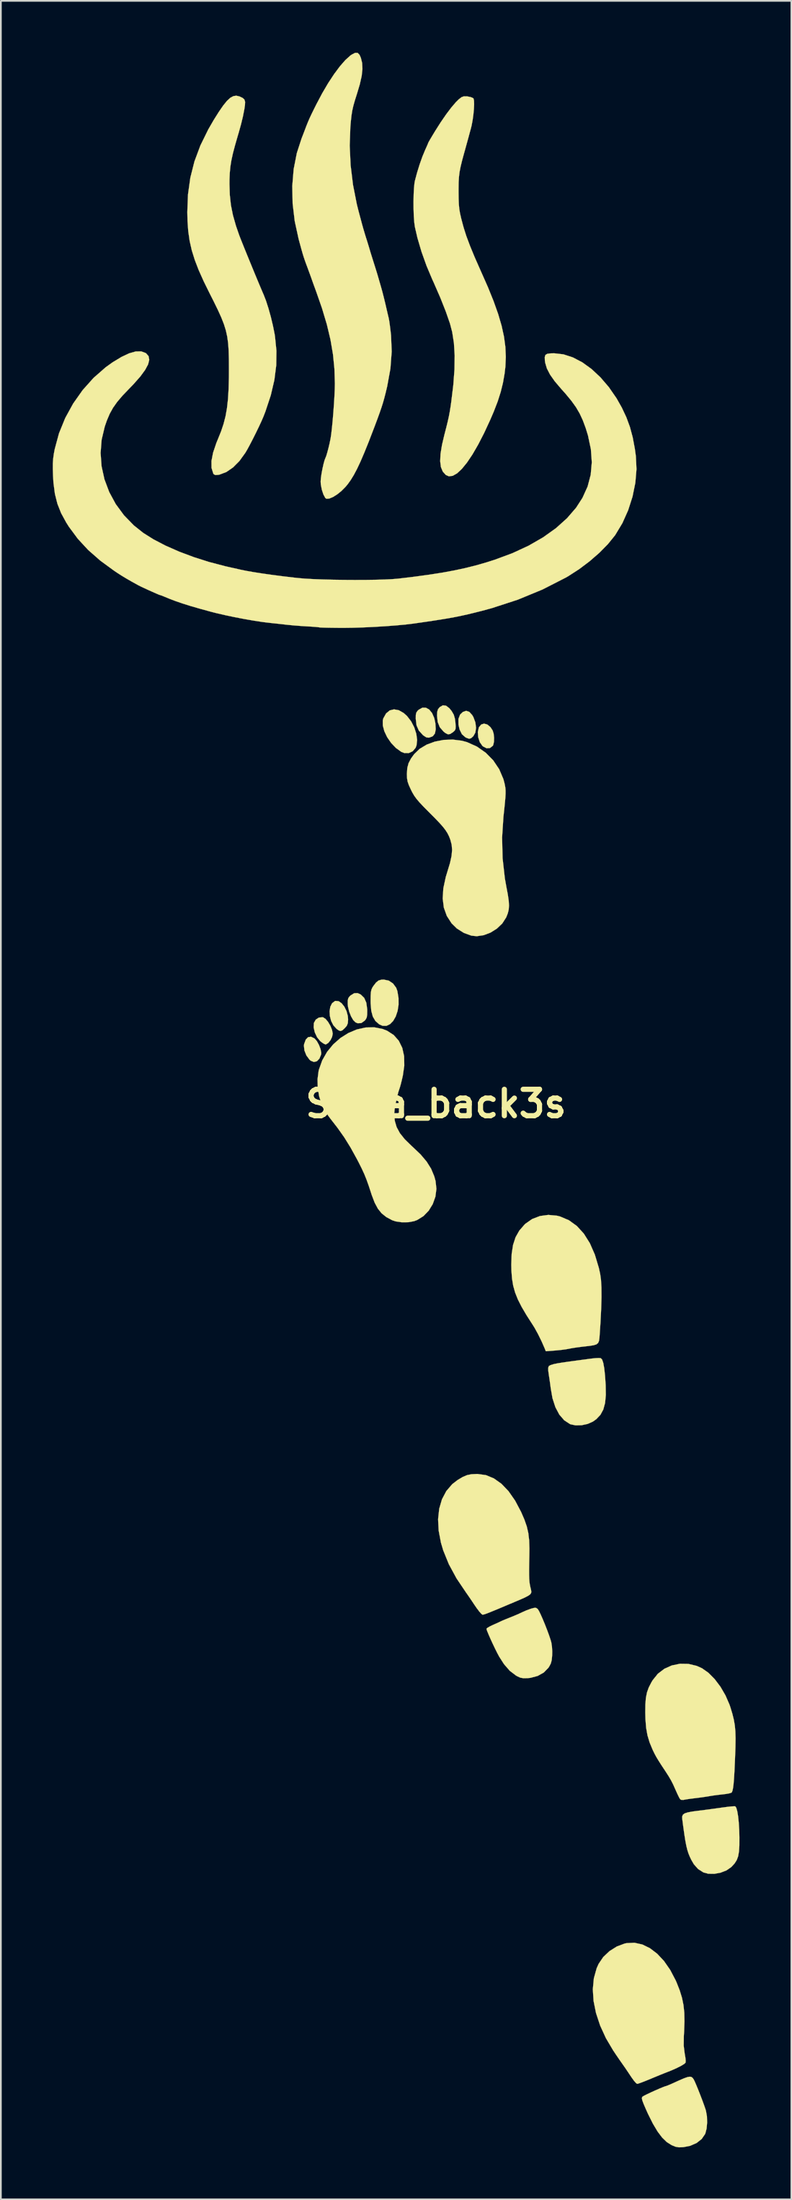
<source format=kicad_pcb>
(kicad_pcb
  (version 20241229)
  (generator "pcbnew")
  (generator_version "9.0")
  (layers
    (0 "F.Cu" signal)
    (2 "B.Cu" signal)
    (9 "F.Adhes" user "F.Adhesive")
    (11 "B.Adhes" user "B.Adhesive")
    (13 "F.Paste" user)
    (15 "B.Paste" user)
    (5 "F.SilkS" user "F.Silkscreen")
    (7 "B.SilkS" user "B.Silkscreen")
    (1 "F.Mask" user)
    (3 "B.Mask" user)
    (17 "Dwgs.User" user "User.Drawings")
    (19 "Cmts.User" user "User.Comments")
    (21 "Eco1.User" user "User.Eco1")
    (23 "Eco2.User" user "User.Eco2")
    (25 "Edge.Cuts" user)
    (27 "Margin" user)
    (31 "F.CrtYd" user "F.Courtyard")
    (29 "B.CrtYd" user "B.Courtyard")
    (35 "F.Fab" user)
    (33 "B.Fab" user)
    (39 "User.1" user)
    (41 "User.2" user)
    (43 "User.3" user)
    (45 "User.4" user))
  (footprint "Setta_back3s"
    (layer "F.Cu")
    (at 22.158 60.736)
    (property "Reference" "Setta_back3s" (at 0 0 0) (layer "F.SilkS") (effects (font (size 1.524 1.524) (thickness 0.3))))
    (attr through_hole)
    (fp_poly (pts (xy 1.927 -22.648) (xy 2.097 -22.462) (xy 2.168 -22.339) (xy 2.281 -22.032) (xy 2.318 -21.725) (xy 2.278 -21.45) (xy 2.164 -21.246) (xy 2.031 -21.125) (xy 1.916 -21.094) (xy 1.766 -21.147) (xy 1.699 -21.181) (xy 1.501 -21.356) (xy 1.365 -21.631) (xy 1.303 -21.908) (xy 1.299 -22.237) (xy 1.397 -22.491) (xy 1.556 -22.643) (xy 1.747 -22.709) (xy 1.927 -22.648)) (stroke (width 0.01) (type solid)) (fill yes) (layer "F.SilkS"))
    (fp_poly (pts (xy -7.026 -3.775) (xy -7.008 -3.761) (xy -6.881 -3.611) (xy -6.763 -3.396) (xy -6.674 -3.161) (xy -6.632 -2.952) (xy -6.637 -2.858) (xy -6.738 -2.608) (xy -6.883 -2.457) (xy -7.057 -2.415) (xy -7.24 -2.488) (xy -7.309 -2.546) (xy -7.492 -2.794) (xy -7.606 -3.081) (xy -7.635 -3.362) (xy -7.623 -3.448) (xy -7.529 -3.705) (xy -7.394 -3.847) (xy -7.223 -3.872) (xy -7.026 -3.775)) (stroke (width 0.01) (type solid)) (fill yes) (layer "F.SilkS"))
    (fp_poly (pts (xy 2.966 -21.918) (xy 3.145 -21.772) (xy 3.277 -21.577) (xy 3.335 -21.392) (xy 3.361 -21.156) (xy 3.355 -20.921) (xy 3.314 -20.736) (xy 3.286 -20.685) (xy 3.122 -20.556) (xy 2.928 -20.545) (xy 2.724 -20.65) (xy 2.684 -20.685) (xy 2.534 -20.9) (xy 2.444 -21.181) (xy 2.422 -21.478) (xy 2.478 -21.74) (xy 2.486 -21.758) (xy 2.615 -21.916) (xy 2.782 -21.968) (xy 2.966 -21.918)) (stroke (width 0.01) (type solid)) (fill yes) (layer "F.SilkS"))
    (fp_poly (pts (xy -5.63 -5.928) (xy -5.455 -5.809) (xy -5.298 -5.611) (xy -5.172 -5.357) (xy -5.096 -5.071) (xy -5.08 -4.873) (xy -5.095 -4.658) (xy -5.155 -4.507) (xy -5.266 -4.377) (xy -5.412 -4.244) (xy -5.52 -4.202) (xy -5.636 -4.248) (xy -5.746 -4.329) (xy -5.93 -4.53) (xy -6.06 -4.785) (xy -6.133 -5.067) (xy -6.15 -5.348) (xy -6.109 -5.604) (xy -6.009 -5.806) (xy -5.85 -5.93) (xy -5.806 -5.944) (xy -5.63 -5.928)) (stroke (width 0.01) (type solid)) (fill yes) (layer "F.SilkS"))
    (fp_poly (pts (xy -0.579 -22.886) (xy -0.387 -22.778) (xy -0.223 -22.575) (xy -0.098 -22.288) (xy -0.034 -21.989) (xy -0.012 -21.646) (xy -0.057 -21.403) (xy -0.17 -21.252) (xy -0.228 -21.218) (xy -0.408 -21.156) (xy -0.553 -21.172) (xy -0.714 -21.275) (xy -0.759 -21.312) (xy -0.989 -21.565) (xy -1.122 -21.867) (xy -1.168 -22.245) (xy -1.168 -22.245) (xy -1.165 -22.464) (xy -1.137 -22.602) (xy -1.067 -22.704) (xy -0.991 -22.775) (xy -0.784 -22.888) (xy -0.579 -22.886)) (stroke (width 0.01) (type solid)) (fill yes) (layer "F.SilkS"))
    (fp_poly (pts (xy -6.525 -4.994) (xy -6.386 -4.907) (xy -6.239 -4.732) (xy -6.106 -4.507) (xy -6.009 -4.269) (xy -5.969 -4.055) (xy -5.969 -4.045) (xy -6.006 -3.861) (xy -6.1 -3.672) (xy -6.225 -3.516) (xy -6.353 -3.434) (xy -6.385 -3.429) (xy -6.483 -3.468) (xy -6.627 -3.568) (xy -6.694 -3.623) (xy -6.872 -3.841) (xy -7.003 -4.119) (xy -7.071 -4.409) (xy -7.059 -4.665) (xy -7.058 -4.67) (xy -6.949 -4.863) (xy -6.767 -4.981) (xy -6.553 -5) (xy -6.525 -4.994)) (stroke (width 0.01) (type solid)) (fill yes) (layer "F.SilkS"))
    (fp_poly (pts (xy -4.344 -6.309) (xy -4.148 -6.117) (xy -4.027 -5.84) (xy -3.976 -5.468) (xy -3.974 -5.387) (xy -3.978 -5.145) (xy -4.003 -4.987) (xy -4.061 -4.873) (xy -4.123 -4.8) (xy -4.317 -4.663) (xy -4.525 -4.652) (xy -4.652 -4.705) (xy -4.784 -4.836) (xy -4.91 -5.055) (xy -5.016 -5.324) (xy -5.084 -5.602) (xy -5.1 -5.758) (xy -5.099 -5.97) (xy -5.069 -6.103) (xy -4.993 -6.206) (xy -4.934 -6.26) (xy -4.728 -6.388) (xy -4.53 -6.396) (xy -4.344 -6.309)) (stroke (width 0.01) (type solid)) (fill yes) (layer "F.SilkS"))
    (fp_poly (pts (xy -2.149 -22.742) (xy -1.862 -22.578) (xy -1.671 -22.405) (xy -1.434 -22.098) (xy -1.253 -21.746) (xy -1.136 -21.378) (xy -1.089 -21.023) (xy -1.123 -20.711) (xy -1.175 -20.573) (xy -1.344 -20.371) (xy -1.572 -20.266) (xy -1.827 -20.267) (xy -2.008 -20.338) (xy -2.318 -20.564) (xy -2.593 -20.853) (xy -2.819 -21.181) (xy -2.983 -21.524) (xy -3.072 -21.857) (xy -3.074 -22.156) (xy -3.043 -22.272) (xy -2.884 -22.556) (xy -2.674 -22.73) (xy -2.424 -22.793) (xy -2.149 -22.742)) (stroke (width 0.01) (type solid)) (fill yes) (layer "F.SilkS"))
    (fp_poly (pts (xy 0.586 -23.003) (xy 0.779 -22.854) (xy 0.909 -22.692) (xy 1.03 -22.483) (xy 1.097 -22.252) (xy 1.126 -22.021) (xy 1.14 -21.796) (xy 1.131 -21.658) (xy 1.088 -21.569) (xy 1.001 -21.487) (xy 0.984 -21.474) (xy 0.823 -21.368) (xy 0.692 -21.35) (xy 0.546 -21.424) (xy 0.441 -21.508) (xy 0.223 -21.757) (xy 0.1 -22.067) (xy 0.064 -22.434) (xy 0.075 -22.655) (xy 0.12 -22.8) (xy 0.215 -22.917) (xy 0.223 -22.924) (xy 0.401 -23.026) (xy 0.586 -23.003)) (stroke (width 0.01) (type solid)) (fill yes) (layer "F.SilkS"))
    (fp_poly (pts (xy -2.731 -7.116) (xy -2.483 -6.951) (xy -2.3 -6.703) (xy -2.231 -6.514) (xy -2.164 -6.111) (xy -2.162 -5.722) (xy -2.218 -5.363) (xy -2.324 -5.047) (xy -2.471 -4.789) (xy -2.653 -4.603) (xy -2.86 -4.503) (xy -3.087 -4.504) (xy -3.287 -4.594) (xy -3.501 -4.784) (xy -3.65 -5.036) (xy -3.739 -5.368) (xy -3.776 -5.796) (xy -3.778 -5.937) (xy -3.775 -6.238) (xy -3.762 -6.445) (xy -3.732 -6.591) (xy -3.681 -6.708) (xy -3.626 -6.795) (xy -3.467 -7.002) (xy -3.326 -7.118) (xy -3.164 -7.168) (xy -3.019 -7.176) (xy -2.731 -7.116)) (stroke (width 0.01) (type solid)) (fill yes) (layer "F.SilkS"))
    (fp_poly (pts (xy 9.531 14.702) (xy 9.531 14.702) (xy 9.609 14.783) (xy 9.675 14.977) (xy 9.731 15.286) (xy 9.777 15.715) (xy 9.814 16.263) (xy 9.823 16.83) (xy 9.779 17.295) (xy 9.676 17.672) (xy 9.511 17.976) (xy 9.277 18.224) (xy 9.076 18.367) (xy 8.773 18.502) (xy 8.425 18.577) (xy 8.079 18.585) (xy 7.782 18.523) (xy 7.747 18.508) (xy 7.415 18.29) (xy 7.133 17.962) (xy 6.906 17.534) (xy 6.738 17.015) (xy 6.639 16.447) (xy 6.605 16.187) (xy 6.561 15.881) (xy 6.528 15.671) (xy 6.493 15.415) (xy 6.493 15.253) (xy 6.528 15.161) (xy 6.531 15.156) (xy 6.627 15.103) (xy 6.811 15.046) (xy 7.045 14.998) (xy 7.065 14.995) (xy 7.252 14.965) (xy 7.442 14.937) (xy 7.658 14.906) (xy 7.92 14.87) (xy 8.251 14.825) (xy 8.673 14.769) (xy 8.983 14.727) (xy 9.22 14.702) (xy 9.417 14.693) (xy 9.531 14.702)) (stroke (width 0.01) (type solid)) (fill yes) (layer "F.SilkS"))
    (fp_poly (pts (xy 17.304 40.6) (xy 17.366 40.685) (xy 17.422 40.88) (xy 17.471 41.169) (xy 17.509 41.535) (xy 17.535 41.962) (xy 17.547 42.395) (xy 17.545 42.852) (xy 17.523 43.207) (xy 17.475 43.484) (xy 17.394 43.705) (xy 17.274 43.896) (xy 17.107 44.08) (xy 17.071 44.115) (xy 16.8 44.303) (xy 16.462 44.434) (xy 16.098 44.502) (xy 15.748 44.497) (xy 15.462 44.419) (xy 15.157 44.224) (xy 14.912 43.947) (xy 14.765 43.694) (xy 14.675 43.506) (xy 14.6 43.32) (xy 14.536 43.119) (xy 14.478 42.882) (xy 14.422 42.592) (xy 14.365 42.229) (xy 14.301 41.773) (xy 14.242 41.328) (xy 14.238 41.191) (xy 14.279 41.088) (xy 14.38 41.011) (xy 14.56 40.952) (xy 14.834 40.901) (xy 15.176 40.856) (xy 15.548 40.809) (xy 15.974 40.753) (xy 16.385 40.696) (xy 16.539 40.674) (xy 16.826 40.636) (xy 17.069 40.609) (xy 17.239 40.597) (xy 17.304 40.6)) (stroke (width 0.01) (type solid)) (fill yes) (layer "F.SilkS"))
    (fp_poly (pts (xy 14.777 56.244) (xy 14.848 56.302) (xy 14.904 56.383) (xy 14.963 56.5) (xy 15.053 56.708) (xy 15.164 56.978) (xy 15.283 57.28) (xy 15.4 57.586) (xy 15.503 57.867) (xy 15.581 58.093) (xy 15.613 58.198) (xy 15.67 58.52) (xy 15.681 58.878) (xy 15.65 59.223) (xy 15.577 59.505) (xy 15.564 59.538) (xy 15.365 59.827) (xy 15.069 60.059) (xy 14.697 60.221) (xy 14.305 60.297) (xy 14.053 60.308) (xy 13.851 60.273) (xy 13.627 60.18) (xy 13.621 60.177) (xy 13.345 60.002) (xy 13.079 59.744) (xy 12.814 59.392) (xy 12.544 58.939) (xy 12.262 58.375) (xy 12.124 58.068) (xy 12.004 57.787) (xy 11.934 57.599) (xy 11.908 57.48) (xy 11.921 57.409) (xy 11.945 57.379) (xy 12.031 57.327) (xy 12.201 57.241) (xy 12.425 57.135) (xy 12.673 57.023) (xy 12.915 56.917) (xy 13.122 56.831) (xy 13.262 56.779) (xy 13.302 56.769) (xy 13.377 56.744) (xy 13.531 56.68) (xy 13.704 56.603) (xy 14.075 56.434) (xy 14.35 56.317) (xy 14.547 56.248) (xy 14.683 56.225) (xy 14.777 56.244)) (stroke (width 0.01) (type solid)) (fill yes) (layer "F.SilkS"))
    (fp_poly (pts (xy 5.791 29.133) (xy 5.872 29.189) (xy 5.893 29.211) (xy 5.96 29.318) (xy 6.058 29.519) (xy 6.176 29.786) (xy 6.303 30.092) (xy 6.427 30.41) (xy 6.539 30.714) (xy 6.627 30.977) (xy 6.671 31.13) (xy 6.706 31.356) (xy 6.724 31.64) (xy 6.72 31.873) (xy 6.695 32.145) (xy 6.644 32.343) (xy 6.551 32.521) (xy 6.506 32.589) (xy 6.238 32.866) (xy 5.884 33.065) (xy 5.463 33.177) (xy 5.302 33.193) (xy 5.06 33.198) (xy 4.879 33.166) (xy 4.696 33.082) (xy 4.622 33.039) (xy 4.265 32.766) (xy 3.933 32.382) (xy 3.653 31.944) (xy 3.543 31.738) (xy 3.415 31.481) (xy 3.281 31.2) (xy 3.152 30.92) (xy 3.042 30.668) (xy 2.961 30.471) (xy 2.923 30.355) (xy 2.921 30.341) (xy 2.975 30.287) (xy 3.115 30.205) (xy 3.286 30.123) (xy 3.496 30.03) (xy 3.668 29.951) (xy 3.751 29.911) (xy 3.857 29.863) (xy 4.043 29.785) (xy 4.271 29.694) (xy 4.291 29.686) (xy 4.552 29.58) (xy 4.804 29.471) (xy 4.985 29.386) (xy 5.221 29.281) (xy 5.473 29.188) (xy 5.511 29.176) (xy 5.687 29.13) (xy 5.791 29.133)) (stroke (width 0.01) (type solid)) (fill yes) (layer "F.SilkS"))
    (fp_poly (pts (xy 6.997 6.469) (xy 7.175 6.514) (xy 7.689 6.732) (xy 8.148 7.064) (xy 8.552 7.507) (xy 8.9 8.06) (xy 9.189 8.72) (xy 9.419 9.486) (xy 9.497 9.841) (xy 9.544 10.178) (xy 9.569 10.62) (xy 9.573 11.173) (xy 9.554 11.839) (xy 9.515 12.623) (xy 9.472 13.267) (xy 9.454 13.521) (xy 9.429 13.702) (xy 9.376 13.825) (xy 9.278 13.905) (xy 9.113 13.956) (xy 8.864 13.995) (xy 8.509 14.035) (xy 8.477 14.039) (xy 8.191 14.075) (xy 7.926 14.114) (xy 7.728 14.15) (xy 7.684 14.16) (xy 7.516 14.19) (xy 7.268 14.223) (xy 6.986 14.252) (xy 6.908 14.259) (xy 6.354 14.302) (xy 6.28 14.12) (xy 6.104 13.719) (xy 5.905 13.314) (xy 5.705 12.951) (xy 5.592 12.77) (xy 5.236 12.216) (xy 4.953 11.735) (xy 4.736 11.307) (xy 4.577 10.907) (xy 4.467 10.513) (xy 4.399 10.103) (xy 4.365 9.654) (xy 4.357 9.303) (xy 4.378 8.681) (xy 4.459 8.157) (xy 4.604 7.712) (xy 4.821 7.329) (xy 5.116 6.989) (xy 5.177 6.931) (xy 5.566 6.659) (xy 6.015 6.488) (xy 6.499 6.423) (xy 6.997 6.469)) (stroke (width 0.01) (type solid)) (fill yes) (layer "F.SilkS"))
    (fp_poly (pts (xy 11.929 48.585) (xy 12.37 48.798) (xy 12.792 49.119) (xy 13.187 49.541) (xy 13.547 50.059) (xy 13.864 50.664) (xy 13.923 50.8) (xy 14.099 51.249) (xy 14.227 51.668) (xy 14.313 52.086) (xy 14.36 52.531) (xy 14.37 53.033) (xy 14.35 53.618) (xy 14.333 53.885) (xy 14.327 54.44) (xy 14.383 54.888) (xy 14.423 55.118) (xy 14.441 55.307) (xy 14.434 55.413) (xy 14.357 55.488) (xy 14.182 55.595) (xy 13.935 55.72) (xy 13.636 55.854) (xy 13.335 55.974) (xy 13.187 56.032) (xy 12.956 56.125) (xy 12.674 56.241) (xy 12.414 56.349) (xy 12.135 56.463) (xy 11.894 56.557) (xy 11.719 56.619) (xy 11.636 56.641) (xy 11.566 56.592) (xy 11.451 56.46) (xy 11.314 56.271) (xy 11.275 56.213) (xy 11.103 55.955) (xy 10.921 55.687) (xy 10.768 55.469) (xy 10.767 55.467) (xy 10.614 55.25) (xy 10.432 54.984) (xy 10.258 54.724) (xy 10.253 54.718) (xy 9.827 53.997) (xy 9.494 53.27) (xy 9.256 52.549) (xy 9.114 51.846) (xy 9.072 51.172) (xy 9.131 50.539) (xy 9.293 49.959) (xy 9.407 49.704) (xy 9.674 49.309) (xy 10.035 48.968) (xy 10.459 48.701) (xy 10.915 48.531) (xy 11.023 48.508) (xy 11.477 48.486) (xy 11.929 48.585)) (stroke (width 0.01) (type solid)) (fill yes) (layer "F.SilkS"))
    (fp_poly (pts (xy 2.409 21.395) (xy 2.89 21.461) (xy 3.35 21.651) (xy 3.786 21.961) (xy 4.196 22.389) (xy 4.576 22.933) (xy 4.924 23.59) (xy 5.114 24.029) (xy 5.251 24.423) (xy 5.34 24.808) (xy 5.389 25.222) (xy 5.404 25.699) (xy 5.4 26.067) (xy 5.39 26.555) (xy 5.385 26.936) (xy 5.386 27.231) (xy 5.393 27.458) (xy 5.407 27.639) (xy 5.43 27.793) (xy 5.461 27.94) (xy 5.464 27.952) (xy 5.496 28.082) (xy 5.514 28.184) (xy 5.505 28.268) (xy 5.455 28.344) (xy 5.353 28.422) (xy 5.185 28.512) (xy 4.938 28.625) (xy 4.6 28.769) (xy 4.191 28.941) (xy 3.741 29.131) (xy 3.393 29.275) (xy 3.134 29.381) (xy 2.948 29.454) (xy 2.822 29.499) (xy 2.742 29.521) (xy 2.695 29.527) (xy 2.624 29.477) (xy 2.504 29.342) (xy 2.355 29.145) (xy 2.239 28.977) (xy 2.071 28.725) (xy 1.915 28.496) (xy 1.794 28.321) (xy 1.746 28.254) (xy 1.191 27.43) (xy 0.747 26.612) (xy 0.421 25.81) (xy 0.29 25.368) (xy 0.157 24.667) (xy 0.124 24.01) (xy 0.189 23.403) (xy 0.348 22.858) (xy 0.6 22.381) (xy 0.942 21.983) (xy 1.257 21.74) (xy 1.551 21.566) (xy 1.802 21.46) (xy 2.058 21.409) (xy 2.373 21.395) (xy 2.409 21.395)) (stroke (width 0.01) (type solid)) (fill yes) (layer "F.SilkS"))
    (fp_poly (pts (xy 14.597 32.37) (xy 15.079 32.485) (xy 15.385 32.623) (xy 15.754 32.883) (xy 16.115 33.246) (xy 16.45 33.689) (xy 16.741 34.189) (xy 16.973 34.721) (xy 17.021 34.861) (xy 17.138 35.246) (xy 17.223 35.589) (xy 17.281 35.92) (xy 17.313 36.269) (xy 17.325 36.669) (xy 17.318 37.149) (xy 17.309 37.427) (xy 17.284 38.064) (xy 17.26 38.583) (xy 17.235 38.996) (xy 17.209 39.313) (xy 17.179 39.544) (xy 17.147 39.698) (xy 17.109 39.787) (xy 17.084 39.813) (xy 16.974 39.849) (xy 16.782 39.885) (xy 16.576 39.91) (xy 16.294 39.942) (xy 16.008 39.981) (xy 15.843 40.008) (xy 15.624 40.044) (xy 15.335 40.086) (xy 15.034 40.124) (xy 14.986 40.13) (xy 14.722 40.163) (xy 14.493 40.196) (xy 14.34 40.224) (xy 14.315 40.23) (xy 14.177 40.226) (xy 14.116 40.184) (xy 14.06 40.088) (xy 13.973 39.91) (xy 13.87 39.683) (xy 13.844 39.624) (xy 13.715 39.335) (xy 13.59 39.091) (xy 13.443 38.842) (xy 13.25 38.544) (xy 13.031 38.214) (xy 12.869 37.959) (xy 12.745 37.754) (xy 12.645 37.569) (xy 12.551 37.377) (xy 12.529 37.331) (xy 12.355 36.911) (xy 12.232 36.501) (xy 12.154 36.064) (xy 12.114 35.562) (xy 12.104 35.179) (xy 12.11 34.71) (xy 12.14 34.335) (xy 12.202 34.021) (xy 12.304 33.734) (xy 12.453 33.444) (xy 12.529 33.316) (xy 12.831 32.94) (xy 13.209 32.652) (xy 13.642 32.458) (xy 14.112 32.362) (xy 14.597 32.37)) (stroke (width 0.01) (type solid)) (fill yes) (layer "F.SilkS"))
    (fp_poly (pts (xy 1.497 -20.98) (xy 1.795 -20.899) (xy 2.369 -20.641) (xy 2.879 -20.285) (xy 3.313 -19.844) (xy 3.657 -19.333) (xy 3.898 -18.767) (xy 3.959 -18.542) (xy 3.992 -18.389) (xy 4.015 -18.248) (xy 4.026 -18.1) (xy 4.026 -17.925) (xy 4.014 -17.702) (xy 3.989 -17.411) (xy 3.951 -17.034) (xy 3.901 -16.573) (xy 3.825 -15.387) (xy 3.853 -14.193) (xy 3.984 -13.026) (xy 4.069 -12.55) (xy 4.155 -12.096) (xy 4.207 -11.74) (xy 4.224 -11.456) (xy 4.207 -11.219) (xy 4.155 -11.005) (xy 4.069 -10.788) (xy 4.057 -10.762) (xy 3.834 -10.417) (xy 3.525 -10.123) (xy 3.159 -9.893) (xy 2.762 -9.742) (xy 2.362 -9.683) (xy 2.05 -9.715) (xy 1.613 -9.874) (xy 1.21 -10.128) (xy 0.904 -10.428) (xy 0.628 -10.856) (xy 0.457 -11.332) (xy 0.391 -11.862) (xy 0.428 -12.453) (xy 0.569 -13.109) (xy 0.667 -13.43) (xy 0.815 -13.92) (xy 0.903 -14.324) (xy 0.934 -14.665) (xy 0.91 -14.968) (xy 0.834 -15.255) (xy 0.758 -15.453) (xy 0.668 -15.633) (xy 0.552 -15.815) (xy 0.396 -16.015) (xy 0.186 -16.25) (xy -0.091 -16.538) (xy -0.423 -16.871) (xy -0.727 -17.178) (xy -0.956 -17.421) (xy -1.126 -17.623) (xy -1.258 -17.806) (xy -1.368 -17.994) (xy -1.442 -18.141) (xy -1.565 -18.408) (xy -1.637 -18.614) (xy -1.671 -18.808) (xy -1.679 -19.04) (xy -1.679 -19.082) (xy -1.656 -19.41) (xy -1.583 -19.684) (xy -1.443 -19.951) (xy -1.259 -20.205) (xy -0.943 -20.511) (xy -0.537 -20.754) (xy -0.066 -20.927) (xy 0.446 -21.027) (xy 0.975 -21.046) (xy 1.497 -20.98)) (stroke (width 0.01) (type solid)) (fill yes) (layer "F.SilkS"))
    (fp_poly (pts (xy -3.079 -4.32) (xy -2.828 -4.221) (xy -2.445 -3.974) (xy -2.15 -3.641) (xy -1.948 -3.23) (xy -1.841 -2.749) (xy -1.831 -2.205) (xy -1.912 -1.641) (xy -1.973 -1.371) (xy -2.033 -1.131) (xy -2.081 -0.961) (xy -2.093 -0.927) (xy -2.178 -0.665) (xy -2.261 -0.342) (xy -2.334 -0.001) (xy -2.387 0.314) (xy -2.412 0.56) (xy -2.412 0.596) (xy -2.379 0.99) (xy -2.273 1.351) (xy -2.085 1.699) (xy -1.802 2.053) (xy -1.414 2.432) (xy -1.349 2.49) (xy -0.892 2.925) (xy -0.541 3.339) (xy -0.281 3.753) (xy -0.099 4.188) (xy -0.022 4.466) (xy 0.026 4.919) (xy -0.032 5.369) (xy -0.184 5.796) (xy -0.418 6.177) (xy -0.722 6.492) (xy -1.086 6.718) (xy -1.268 6.786) (xy -1.606 6.847) (xy -1.978 6.85) (xy -2.328 6.798) (xy -2.529 6.731) (xy -2.867 6.55) (xy -3.137 6.336) (xy -3.356 6.066) (xy -3.543 5.717) (xy -3.714 5.269) (xy -3.744 5.175) (xy -3.888 4.737) (xy -4.016 4.379) (xy -4.144 4.062) (xy -4.291 3.743) (xy -4.473 3.381) (xy -4.568 3.199) (xy -4.938 2.528) (xy -5.304 1.938) (xy -5.692 1.39) (xy -5.92 1.096) (xy -6.08 0.891) (xy -6.205 0.724) (xy -6.276 0.62) (xy -6.287 0.598) (xy -6.32 0.525) (xy -6.402 0.397) (xy -6.42 0.372) (xy -6.617 0.006) (xy -6.757 -0.44) (xy -6.835 -0.93) (xy -6.846 -1.429) (xy -6.784 -1.901) (xy -6.768 -1.968) (xy -6.574 -2.51) (xy -6.293 -3.002) (xy -5.938 -3.434) (xy -5.524 -3.799) (xy -5.065 -4.088) (xy -4.577 -4.293) (xy -4.074 -4.406) (xy -3.57 -4.418) (xy -3.079 -4.32)) (stroke (width 0.01) (type solid)) (fill yes) (layer "F.SilkS"))
    (fp_poly (pts (xy -11.37 -58.216) (xy -11.351 -58.208) (xy -11.177 -58.125) (xy -11.076 -58.032) (xy -11.035 -57.9) (xy -11.045 -57.699) (xy -11.081 -57.466) (xy -11.161 -57.057) (xy -11.266 -56.622) (xy -11.405 -56.121) (xy -11.458 -55.944) (xy -11.618 -55.389) (xy -11.74 -54.926) (xy -11.828 -54.525) (xy -11.887 -54.157) (xy -11.922 -53.794) (xy -11.938 -53.408) (xy -11.94 -53.15) (xy -11.92 -52.52) (xy -11.856 -51.935) (xy -11.74 -51.354) (xy -11.565 -50.738) (xy -11.378 -50.197) (xy -11.311 -50.023) (xy -11.204 -49.755) (xy -11.067 -49.413) (xy -10.907 -49.02) (xy -10.734 -48.599) (xy -10.558 -48.17) (xy -10.387 -47.757) (xy -10.23 -47.381) (xy -10.096 -47.064) (xy -9.995 -46.828) (xy -9.968 -46.768) (xy -9.829 -46.412) (xy -9.686 -45.968) (xy -9.548 -45.473) (xy -9.426 -44.964) (xy -9.329 -44.479) (xy -9.308 -44.347) (xy -9.224 -43.514) (xy -9.235 -42.68) (xy -9.343 -41.828) (xy -9.55 -40.943) (xy -9.86 -40.008) (xy -9.972 -39.719) (xy -10.078 -39.472) (xy -10.226 -39.152) (xy -10.401 -38.791) (xy -10.585 -38.423) (xy -10.763 -38.079) (xy -10.919 -37.792) (xy -11.018 -37.624) (xy -11.36 -37.149) (xy -11.731 -36.775) (xy -12.119 -36.508) (xy -12.515 -36.358) (xy -12.592 -36.344) (xy -12.758 -36.334) (xy -12.849 -36.383) (xy -12.877 -36.426) (xy -12.977 -36.747) (xy -12.98 -37.148) (xy -12.886 -37.629) (xy -12.696 -38.192) (xy -12.603 -38.417) (xy -12.423 -38.863) (xy -12.279 -39.295) (xy -12.166 -39.734) (xy -12.083 -40.201) (xy -12.025 -40.718) (xy -11.989 -41.306) (xy -11.972 -41.986) (xy -11.97 -42.45) (xy -11.973 -43.032) (xy -11.986 -43.523) (xy -12.016 -43.948) (xy -12.068 -44.329) (xy -12.147 -44.689) (xy -12.26 -45.052) (xy -12.412 -45.44) (xy -12.61 -45.877) (xy -12.859 -46.386) (xy -13.069 -46.8) (xy -13.428 -47.528) (xy -13.719 -48.177) (xy -13.947 -48.769) (xy -14.12 -49.326) (xy -14.243 -49.871) (xy -14.323 -50.427) (xy -14.365 -51.016) (xy -14.377 -51.53) (xy -14.337 -52.552) (xy -14.201 -53.521) (xy -13.964 -54.458) (xy -13.62 -55.381) (xy -13.163 -56.311) (xy -12.853 -56.847) (xy -12.556 -57.32) (xy -12.303 -57.687) (xy -12.085 -57.955) (xy -11.892 -58.134) (xy -11.714 -58.231) (xy -11.544 -58.256) (xy -11.37 -58.216)) (stroke (width 0.01) (type solid)) (fill yes) (layer "F.SilkS"))
    (fp_poly (pts (xy 1.792 -58.216) (xy 1.828 -58.212) (xy 2.013 -58.174) (xy 2.145 -58.117) (xy 2.171 -58.094) (xy 2.2 -57.977) (xy 2.207 -57.764) (xy 2.195 -57.486) (xy 2.165 -57.171) (xy 2.121 -56.848) (xy 2.065 -56.547) (xy 2.027 -56.388) (xy 1.956 -56.13) (xy 1.893 -55.895) (xy 1.848 -55.731) (xy 1.845 -55.721) (xy 1.805 -55.575) (xy 1.742 -55.346) (xy 1.667 -55.075) (xy 1.634 -54.959) (xy 1.513 -54.516) (xy 1.426 -54.158) (xy 1.366 -53.85) (xy 1.33 -53.557) (xy 1.312 -53.243) (xy 1.307 -52.872) (xy 1.307 -52.673) (xy 1.312 -52.288) (xy 1.324 -51.981) (xy 1.349 -51.715) (xy 1.393 -51.454) (xy 1.46 -51.161) (xy 1.556 -50.798) (xy 1.609 -50.609) (xy 1.756 -50.148) (xy 1.966 -49.586) (xy 2.237 -48.929) (xy 2.565 -48.186) (xy 2.603 -48.101) (xy 3.004 -47.195) (xy 3.334 -46.379) (xy 3.597 -45.639) (xy 3.796 -44.961) (xy 3.934 -44.331) (xy 4.014 -43.737) (xy 4.04 -43.163) (xy 4.015 -42.597) (xy 3.968 -42.196) (xy 3.874 -41.658) (xy 3.744 -41.132) (xy 3.57 -40.587) (xy 3.34 -39.992) (xy 3.141 -39.529) (xy 2.787 -38.765) (xy 2.442 -38.095) (xy 2.111 -37.523) (xy 1.795 -37.053) (xy 1.498 -36.689) (xy 1.222 -36.432) (xy 0.971 -36.289) (xy 0.747 -36.261) (xy 0.569 -36.34) (xy 0.396 -36.532) (xy 0.288 -36.793) (xy 0.245 -37.131) (xy 0.265 -37.553) (xy 0.349 -38.07) (xy 0.485 -38.648) (xy 0.596 -39.076) (xy 0.68 -39.418) (xy 0.745 -39.708) (xy 0.797 -39.983) (xy 0.845 -40.279) (xy 0.883 -40.545) (xy 1.005 -41.546) (xy 1.072 -42.442) (xy 1.083 -43.243) (xy 1.04 -43.957) (xy 0.941 -44.595) (xy 0.813 -45.085) (xy 0.567 -45.791) (xy 0.251 -46.587) (xy -0.139 -47.48) (xy -0.22 -47.657) (xy -0.545 -48.428) (xy -0.834 -49.236) (xy -1.069 -50.034) (xy -1.217 -50.673) (xy -1.254 -50.942) (xy -1.28 -51.295) (xy -1.294 -51.7) (xy -1.297 -52.127) (xy -1.289 -52.542) (xy -1.27 -52.914) (xy -1.24 -53.211) (xy -1.216 -53.34) (xy -1.092 -53.805) (xy -0.943 -54.286) (xy -0.784 -54.735) (xy -0.63 -55.106) (xy -0.63 -55.107) (xy -0.538 -55.31) (xy -0.471 -55.463) (xy -0.445 -55.534) (xy -0.445 -55.535) (xy -0.413 -55.596) (xy -0.328 -55.745) (xy -0.201 -55.958) (xy -0.046 -56.215) (xy -0.027 -56.245) (xy 0.283 -56.732) (xy 0.59 -57.178) (xy 0.881 -57.563) (xy 1.141 -57.869) (xy 1.317 -58.044) (xy 1.476 -58.168) (xy 1.613 -58.218) (xy 1.792 -58.216)) (stroke (width 0.01) (type solid)) (fill yes) (layer "F.SilkS"))
    (fp_poly (pts (xy -4.53 -60.731) (xy -4.418 -60.616) (xy -4.343 -60.448) (xy -4.267 -60.143) (xy -4.251 -59.797) (xy -4.295 -59.393) (xy -4.403 -58.914) (xy -4.562 -58.381) (xy -4.685 -57.993) (xy -4.774 -57.682) (xy -4.837 -57.405) (xy -4.883 -57.12) (xy -4.92 -56.786) (xy -4.95 -56.439) (xy -4.987 -55.367) (xy -4.935 -54.244) (xy -4.796 -53.103) (xy -4.575 -51.98) (xy -4.478 -51.594) (xy -4.414 -51.354) (xy -4.336 -51.065) (xy -4.283 -50.864) (xy -4.201 -50.57) (xy -4.107 -50.254) (xy -4.05 -50.07) (xy -3.967 -49.808) (xy -3.886 -49.544) (xy -3.844 -49.403) (xy -3.786 -49.206) (xy -3.703 -48.939) (xy -3.612 -48.65) (xy -3.589 -48.578) (xy -3.504 -48.309) (xy -3.428 -48.064) (xy -3.374 -47.885) (xy -3.363 -47.847) (xy -3.317 -47.689) (xy -3.251 -47.46) (xy -3.179 -47.212) (xy -3.101 -46.932) (xy -3.014 -46.593) (xy -2.933 -46.259) (xy -2.918 -46.196) (xy -2.853 -45.913) (xy -2.792 -45.65) (xy -2.744 -45.451) (xy -2.733 -45.403) (xy -2.704 -45.252) (xy -2.669 -45.009) (xy -2.631 -44.709) (xy -2.597 -44.404) (xy -2.559 -43.469) (xy -2.633 -42.484) (xy -2.819 -41.462) (xy -2.833 -41.402) (xy -2.914 -41.065) (xy -2.988 -40.779) (xy -3.062 -40.515) (xy -3.146 -40.25) (xy -3.247 -39.956) (xy -3.373 -39.607) (xy -3.534 -39.177) (xy -3.618 -38.957) (xy -3.894 -38.241) (xy -4.139 -37.635) (xy -4.358 -37.124) (xy -4.558 -36.698) (xy -4.745 -36.344) (xy -4.925 -36.049) (xy -5.103 -35.801) (xy -5.229 -35.651) (xy -5.467 -35.411) (xy -5.717 -35.211) (xy -5.957 -35.062) (xy -6.166 -34.975) (xy -6.325 -34.962) (xy -6.394 -35.003) (xy -6.507 -35.209) (xy -6.599 -35.489) (xy -6.656 -35.787) (xy -6.667 -35.958) (xy -6.652 -36.156) (xy -6.615 -36.416) (xy -6.561 -36.701) (xy -6.5 -36.974) (xy -6.439 -37.196) (xy -6.386 -37.331) (xy -6.385 -37.333) (xy -6.341 -37.442) (xy -6.282 -37.64) (xy -6.215 -37.893) (xy -6.15 -38.166) (xy -6.097 -38.423) (xy -6.092 -38.449) (xy -6.053 -38.711) (xy -6.012 -39.071) (xy -5.97 -39.498) (xy -5.931 -39.964) (xy -5.897 -40.439) (xy -5.869 -40.893) (xy -5.851 -41.297) (xy -5.844 -41.622) (xy -5.844 -41.624) (xy -5.87 -42.47) (xy -5.953 -43.305) (xy -6.097 -44.152) (xy -6.307 -45.033) (xy -6.588 -45.971) (xy -6.921 -46.926) (xy -7.017 -47.188) (xy -7.102 -47.421) (xy -7.161 -47.587) (xy -7.174 -47.625) (xy -7.22 -47.756) (xy -7.297 -47.967) (xy -7.391 -48.222) (xy -7.428 -48.324) (xy -7.52 -48.569) (xy -7.591 -48.768) (xy -7.652 -48.951) (xy -7.712 -49.146) (xy -7.779 -49.384) (xy -7.864 -49.693) (xy -7.94 -49.974) (xy -8.165 -51.004) (xy -8.287 -52.031) (xy -8.307 -53.04) (xy -8.226 -54.015) (xy -8.044 -54.942) (xy -7.77 -55.785) (xy -7.682 -56.01) (xy -7.597 -56.231) (xy -7.586 -56.261) (xy -7.489 -56.517) (xy -7.402 -56.733) (xy -7.311 -56.943) (xy -7.202 -57.177) (xy -7.06 -57.467) (xy -6.916 -57.755) (xy -6.581 -58.388) (xy -6.237 -58.975) (xy -5.892 -59.5) (xy -5.557 -59.95) (xy -5.242 -60.312) (xy -4.955 -60.571) (xy -4.881 -60.624) (xy -4.677 -60.731) (xy -4.53 -60.731)) (stroke (width 0.01) (type solid)) (fill yes) (layer "F.SilkS"))
    (fp_poly (pts (xy -16.786 -43.385) (xy -16.758 -43.366) (xy -16.617 -43.205) (xy -16.578 -42.994) (xy -16.644 -42.729) (xy -16.815 -42.41) (xy -17.092 -42.032) (xy -17.477 -41.595) (xy -17.747 -41.315) (xy -18.133 -40.912) (xy -18.435 -40.556) (xy -18.673 -40.219) (xy -18.865 -39.872) (xy -19.029 -39.486) (xy -19.151 -39.135) (xy -19.331 -38.378) (xy -19.391 -37.609) (xy -19.335 -36.84) (xy -19.168 -36.084) (xy -18.893 -35.352) (xy -18.516 -34.656) (xy -18.04 -34.01) (xy -17.47 -33.424) (xy -16.925 -32.99) (xy -16.331 -32.616) (xy -15.631 -32.252) (xy -14.845 -31.906) (xy -13.996 -31.588) (xy -13.103 -31.305) (xy -12.187 -31.065) (xy -12.002 -31.023) (xy -11.729 -30.962) (xy -11.468 -30.904) (xy -11.274 -30.859) (xy -11.271 -30.859) (xy -10.947 -30.793) (xy -10.52 -30.719) (xy -10.011 -30.64) (xy -9.444 -30.56) (xy -8.842 -30.482) (xy -8.226 -30.409) (xy -7.938 -30.378) (xy -7.562 -30.346) (xy -7.092 -30.32) (xy -6.548 -30.299) (xy -5.953 -30.284) (xy -5.329 -30.274) (xy -4.698 -30.27) (xy -4.082 -30.272) (xy -3.503 -30.281) (xy -2.983 -30.295) (xy -2.545 -30.316) (xy -2.21 -30.343) (xy -2.191 -30.345) (xy -1.234 -30.46) (xy -0.385 -30.576) (xy 0.376 -30.695) (xy 1.068 -30.823) (xy 1.71 -30.961) (xy 2.323 -31.115) (xy 2.925 -31.288) (xy 3.397 -31.438) (xy 4.42 -31.817) (xy 5.356 -32.25) (xy 6.199 -32.735) (xy 6.942 -33.265) (xy 7.579 -33.837) (xy 8.105 -34.446) (xy 8.472 -35.014) (xy 8.77 -35.67) (xy 8.95 -36.354) (xy 9.013 -37.07) (xy 8.96 -37.824) (xy 8.791 -38.621) (xy 8.658 -39.053) (xy 8.494 -39.494) (xy 8.314 -39.883) (xy 8.1 -40.25) (xy 7.833 -40.622) (xy 7.497 -41.029) (xy 7.249 -41.306) (xy 6.873 -41.747) (xy 6.598 -42.137) (xy 6.415 -42.492) (xy 6.316 -42.826) (xy 6.299 -42.949) (xy 6.291 -43.147) (xy 6.329 -43.271) (xy 6.433 -43.338) (xy 6.627 -43.365) (xy 6.834 -43.37) (xy 7.371 -43.309) (xy 7.917 -43.132) (xy 8.463 -42.846) (xy 8.999 -42.459) (xy 9.513 -41.978) (xy 9.997 -41.414) (xy 10.44 -40.773) (xy 10.749 -40.227) (xy 11.01 -39.671) (xy 11.216 -39.112) (xy 11.376 -38.517) (xy 11.501 -37.851) (xy 11.56 -37.422) (xy 11.596 -36.672) (xy 11.529 -35.884) (xy 11.366 -35.084) (xy 11.114 -34.299) (xy 10.781 -33.555) (xy 10.373 -32.877) (xy 10.339 -32.83) (xy 9.945 -32.344) (xy 9.454 -31.845) (xy 8.892 -31.356) (xy 8.284 -30.897) (xy 7.655 -30.491) (xy 7.513 -30.409) (xy 6.165 -29.721) (xy 4.738 -29.132) (xy 3.234 -28.642) (xy 2.639 -28.481) (xy 2.214 -28.374) (xy 1.832 -28.282) (xy 1.472 -28.202) (xy 1.111 -28.128) (xy 0.727 -28.058) (xy 0.3 -27.987) (xy -0.192 -27.91) (xy -0.772 -27.825) (xy -1.302 -27.749) (xy -1.746 -27.695) (xy -2.286 -27.645) (xy -2.892 -27.599) (xy -3.531 -27.56) (xy -4.173 -27.529) (xy -4.787 -27.509) (xy -5.342 -27.501) (xy -5.487 -27.501) (xy -5.869 -27.505) (xy -6.206 -27.51) (xy -6.477 -27.516) (xy -6.662 -27.523) (xy -6.743 -27.53) (xy -6.745 -27.531) (xy -6.813 -27.542) (xy -6.981 -27.558) (xy -7.223 -27.575) (xy -7.463 -27.589) (xy -7.823 -27.612) (xy -8.208 -27.642) (xy -8.557 -27.675) (xy -8.7 -27.691) (xy -9.004 -27.726) (xy -9.311 -27.759) (xy -9.56 -27.785) (xy -9.588 -27.788) (xy -10.006 -27.838) (xy -10.512 -27.915) (xy -11.072 -28.012) (xy -11.651 -28.123) (xy -12.215 -28.242) (xy -12.73 -28.362) (xy -12.986 -28.427) (xy -13.632 -28.604) (xy -14.178 -28.761) (xy -14.644 -28.907) (xy -15.054 -29.048) (xy -15.432 -29.192) (xy -15.726 -29.314) (xy -15.871 -29.373) (xy -15.959 -29.4) (xy -15.963 -29.401) (xy -16.031 -29.425) (xy -16.184 -29.49) (xy -16.393 -29.583) (xy -16.628 -29.688) (xy -16.859 -29.795) (xy -17.057 -29.887) (xy -17.191 -29.954) (xy -17.209 -29.963) (xy -17.588 -30.173) (xy -17.889 -30.346) (xy -18.148 -30.502) (xy -18.4 -30.663) (xy -18.605 -30.8) (xy -19.413 -31.391) (xy -20.109 -32.002) (xy -20.708 -32.649) (xy -21.225 -33.346) (xy -21.38 -33.592) (xy -21.674 -34.131) (xy -21.888 -34.672) (xy -22.033 -35.247) (xy -22.117 -35.889) (xy -22.141 -36.29) (xy -22.153 -36.692) (xy -22.152 -37.009) (xy -22.133 -37.282) (xy -22.096 -37.553) (xy -22.042 -37.837) (xy -21.796 -38.746) (xy -21.437 -39.628) (xy -20.977 -40.466) (xy -20.427 -41.245) (xy -19.796 -41.95) (xy -19.096 -42.563) (xy -18.704 -42.844) (xy -18.188 -43.157) (xy -17.741 -43.367) (xy -17.361 -43.475) (xy -17.043 -43.48) (xy -16.786 -43.385)) (stroke (width 0.01) (type solid)) (fill yes) (layer "F.SilkS")))
  (gr_rect
    (start -3 -3)
    (end 42.71 124.049)
    (stroke (width 0.1) (type default))
    (fill no)
    (layer "Edge.Cuts")))
</source>
